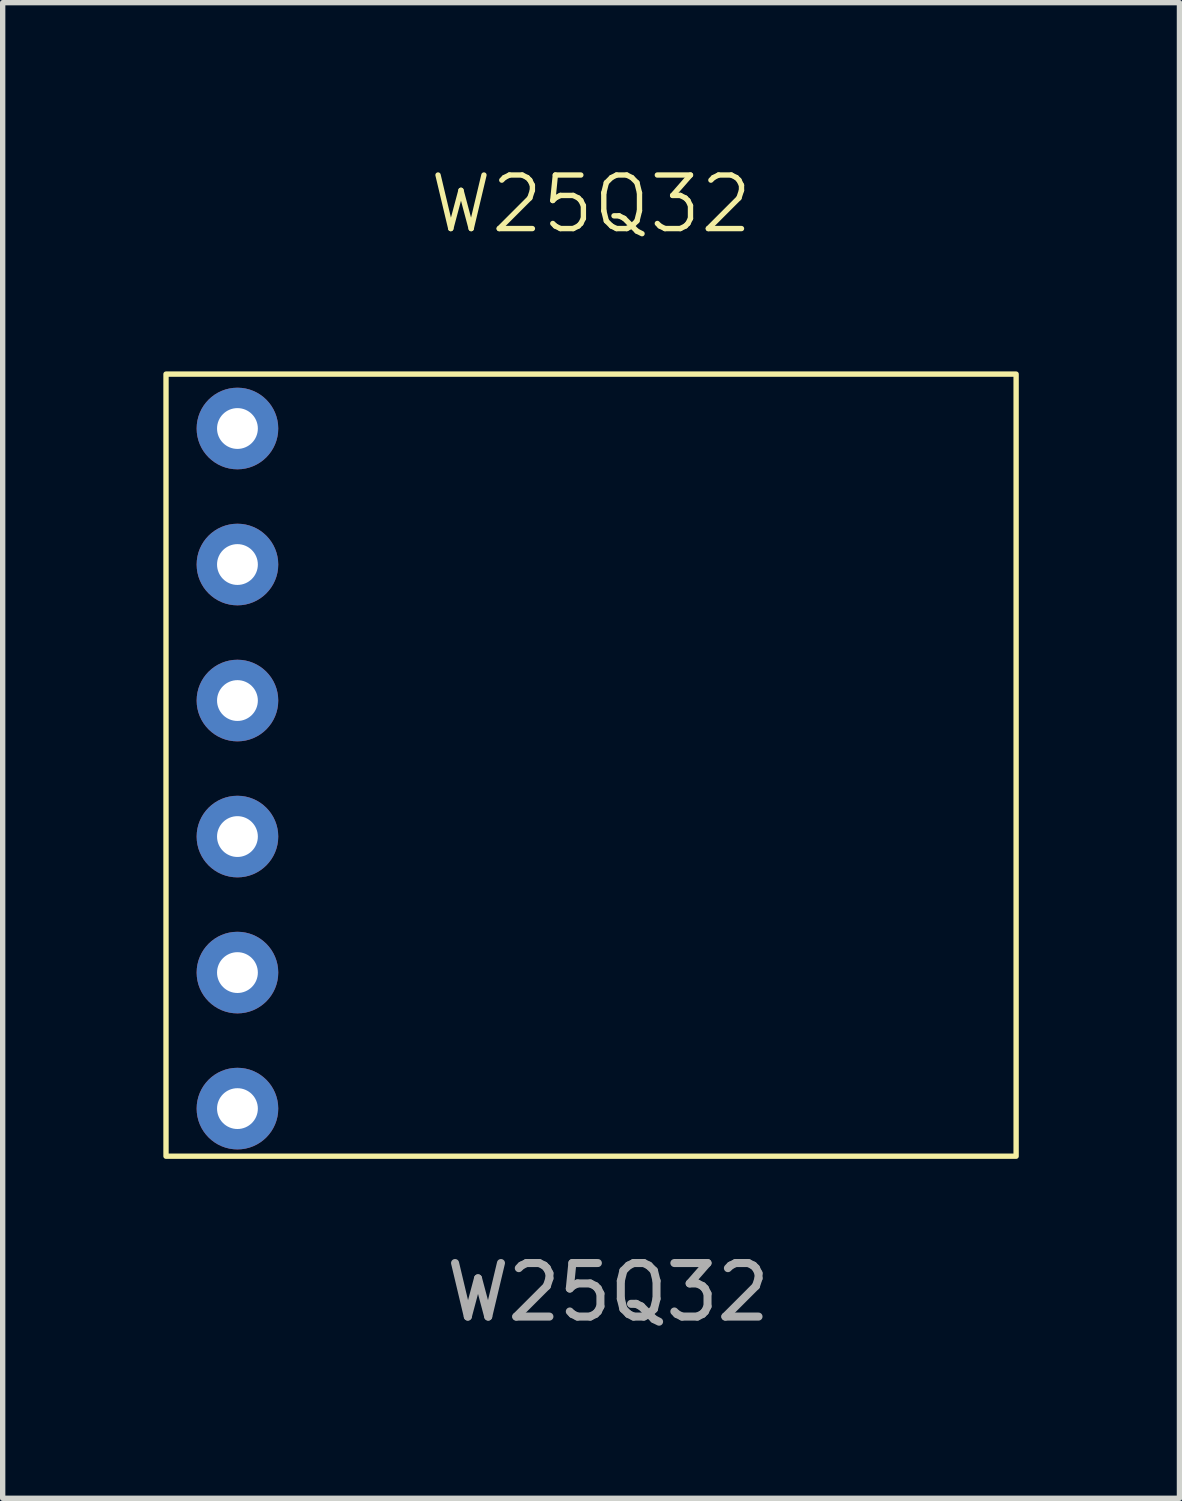
<source format=kicad_pcb>
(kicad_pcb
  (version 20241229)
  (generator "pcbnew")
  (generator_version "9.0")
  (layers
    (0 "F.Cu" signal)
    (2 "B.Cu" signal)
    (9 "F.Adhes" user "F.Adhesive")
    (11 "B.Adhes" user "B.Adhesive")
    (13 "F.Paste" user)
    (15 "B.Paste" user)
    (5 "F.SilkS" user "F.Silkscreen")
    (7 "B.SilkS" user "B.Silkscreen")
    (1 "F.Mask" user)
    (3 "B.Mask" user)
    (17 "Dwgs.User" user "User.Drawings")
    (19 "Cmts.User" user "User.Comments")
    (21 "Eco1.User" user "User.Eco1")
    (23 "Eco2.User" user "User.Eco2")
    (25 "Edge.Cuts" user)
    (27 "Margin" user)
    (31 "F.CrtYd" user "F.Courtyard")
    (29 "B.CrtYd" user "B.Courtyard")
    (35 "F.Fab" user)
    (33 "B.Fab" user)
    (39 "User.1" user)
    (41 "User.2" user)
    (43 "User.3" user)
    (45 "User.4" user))
  (footprint "W25Q32"
    (layer "F.Cu")
    (at 8.305 10.921)
    (property "Reference" "W25Q32" (at -0.318 -10.16 0) (unlocked yes) (layer "F.SilkS") (effects (font (size 1 1) (thickness 0.1))))
    (attr through_hole)
    (fp_rect (start -8.255 -6.985) (end 7.62 7.62) (stroke (width 0.1) (type default)) (fill no) (layer "F.SilkS"))
    (fp_text user "${REFERENCE}" (at 0 10.16 0) (unlocked yes) (layer "F.Fab") (effects (font (size 1 1) (thickness 0.15))))
    (pad "1" thru_hole circle (at -6.921 -5.969) (size 1.524 1.524) (drill 0.762) (layers "*.Cu" "*.Mask"))
    (pad "2" thru_hole circle (at -6.921 -3.429) (size 1.524 1.524) (drill 0.762) (layers "*.Cu" "*.Mask"))
    (pad "3" thru_hole circle (at -6.921 -0.889) (size 1.524 1.524) (drill 0.762) (layers "*.Cu" "*.Mask"))
    (pad "4" thru_hole circle (at -6.921 1.651) (size 1.524 1.524) (drill 0.762) (layers "*.Cu" "*.Mask"))
    (pad "5" thru_hole circle (at -6.921 4.191) (size 1.524 1.524) (drill 0.762) (layers "*.Cu" "*.Mask"))
    (pad "6" thru_hole circle (at -6.921 6.731) (size 1.524 1.524) (drill 0.762) (layers "*.Cu" "*.Mask")))
  (gr_rect
    (start -3 -3)
    (end 18.975 24.929)
    (stroke (width 0.1) (type default))
    (fill no)
    (layer "Edge.Cuts")))
</source>
